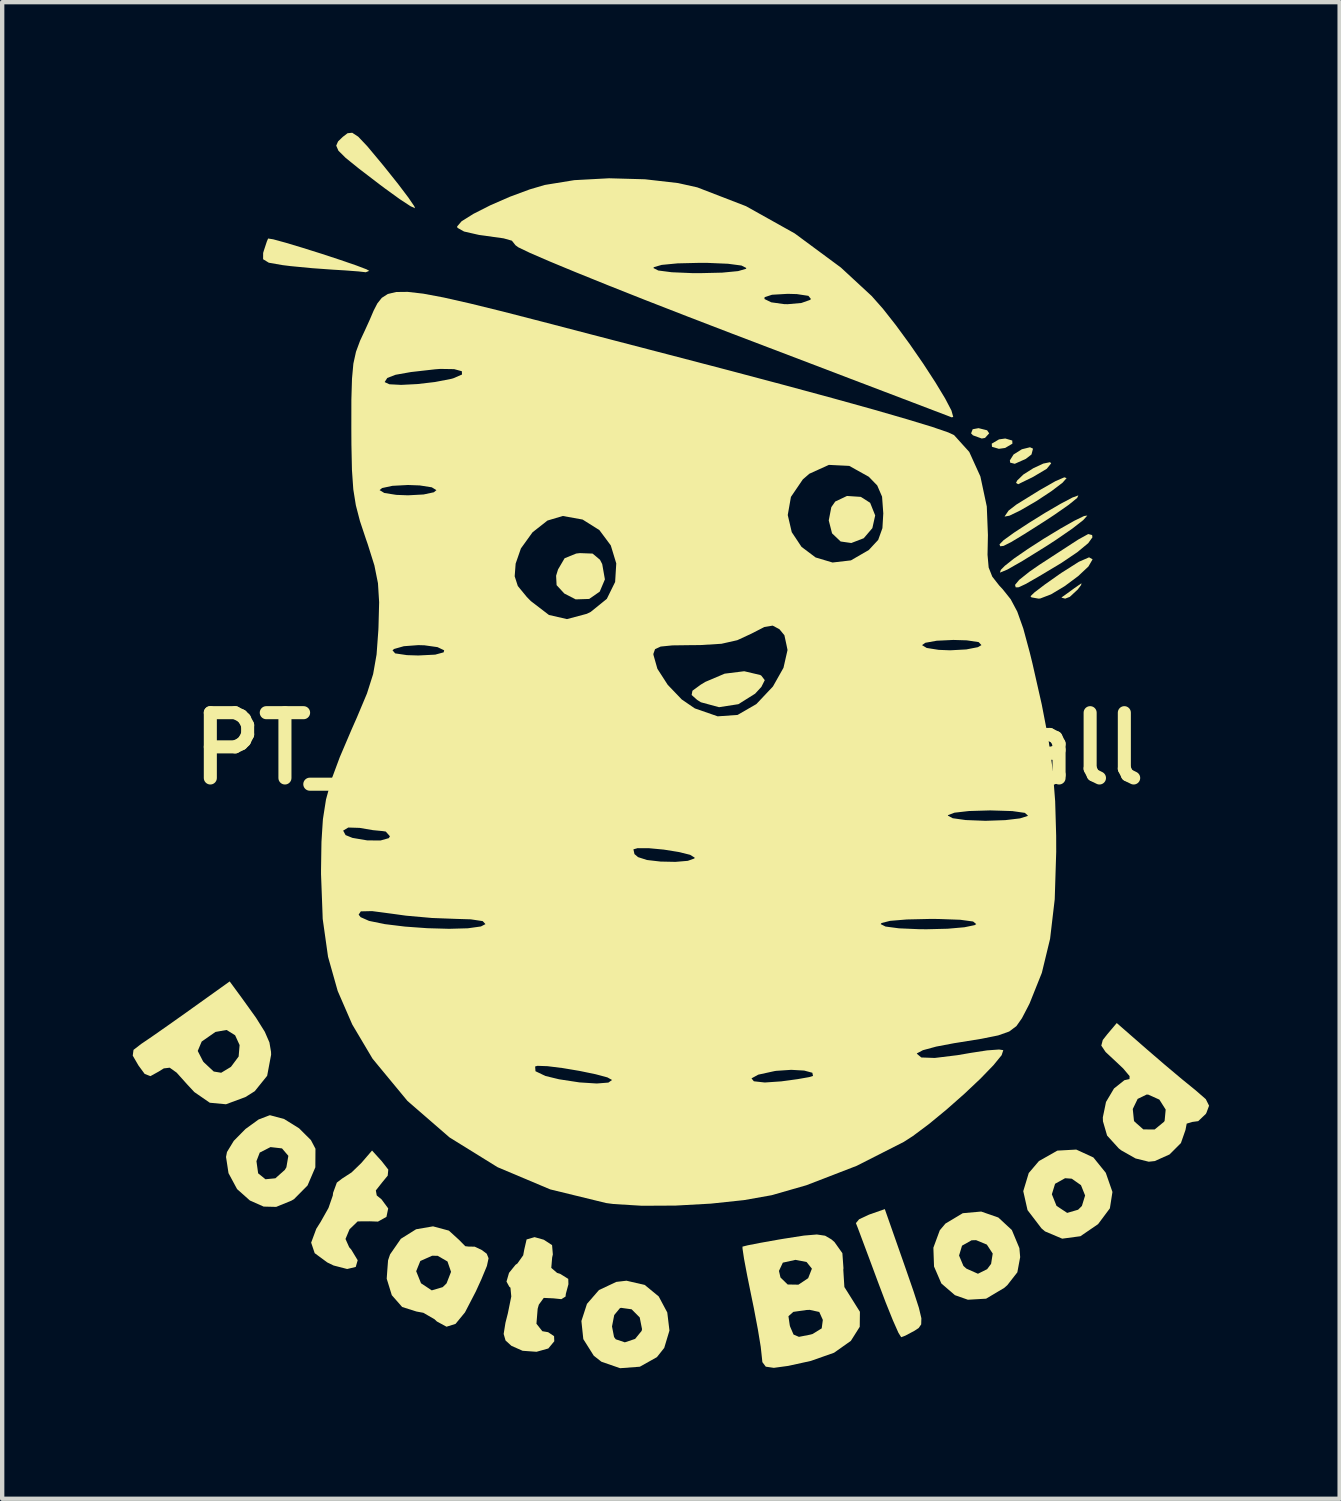
<source format=kicad_pcb>
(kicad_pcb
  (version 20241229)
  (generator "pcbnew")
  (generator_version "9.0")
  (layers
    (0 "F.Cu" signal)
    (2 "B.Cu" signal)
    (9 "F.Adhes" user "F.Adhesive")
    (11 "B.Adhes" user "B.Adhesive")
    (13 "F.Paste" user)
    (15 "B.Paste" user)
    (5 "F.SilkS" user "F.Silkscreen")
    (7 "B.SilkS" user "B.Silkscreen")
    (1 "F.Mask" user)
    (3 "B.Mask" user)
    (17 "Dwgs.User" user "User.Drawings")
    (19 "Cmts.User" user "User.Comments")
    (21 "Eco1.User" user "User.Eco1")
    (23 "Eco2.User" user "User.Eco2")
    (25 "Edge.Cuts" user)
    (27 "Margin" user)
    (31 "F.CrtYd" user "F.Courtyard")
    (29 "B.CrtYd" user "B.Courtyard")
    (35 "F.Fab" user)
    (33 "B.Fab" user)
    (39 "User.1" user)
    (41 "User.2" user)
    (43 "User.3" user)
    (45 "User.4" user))
  (footprint "PT_BloodLogoSmall"
    (layer "F.Cu")
    (at 12.318 14.146)
    (property "Reference" "PT_BloodLogoSmall" (at 0 0 0) (layer "F.SilkS") (effects (font (size 1.5 1.5) (thickness 0.3))))
    (attr board_only exclude_from_pos_files exclude_from_bom)
    (fp_poly (pts (xy 7.311 -7.31) (xy 7.359 -7.24) (xy 7.263 -7.134) (xy 7.188 -7.121) (xy 6.986 -7.194) (xy 6.943 -7.24) (xy 6.98 -7.334) (xy 7.114 -7.359)) (stroke (width 0) (type solid)) (fill yes) (layer "F.SilkS"))
    (fp_poly (pts (xy 7.889 -7.075) (xy 7.893 -7.003) (xy 7.726 -6.904) (xy 7.582 -6.884) (xy 7.423 -6.931) (xy 7.418 -7.003) (xy 7.585 -7.101) (xy 7.729 -7.121)) (stroke (width 0) (type solid)) (fill yes) (layer "F.SilkS"))
    (fp_poly (pts (xy 8.366 -6.888) (xy 8.331 -6.754) (xy 8.201 -6.653) (xy 7.947 -6.54) (xy 7.842 -6.566) (xy 7.834 -6.618) (xy 7.92 -6.755) (xy 8.11 -6.874) (xy 8.297 -6.92)) (stroke (width 0) (type solid)) (fill yes) (layer "F.SilkS"))
    (fp_poly (pts (xy 9.471 -3.754) (xy 9.392 -3.65) (xy 9.211 -3.483) (xy 9.105 -3.442) (xy 9.021 -3.465) (xy 9.03 -3.476) (xy 9.154 -3.564) (xy 9.317 -3.683) (xy 9.479 -3.795)) (stroke (width 0) (type solid)) (fill yes) (layer "F.SilkS"))
    (fp_poly (pts (xy 8.783 -6.55) (xy 8.681 -6.425) (xy 8.367 -6.238) (xy 8.025 -6.071) (xy 7.976 -6.101) (xy 8.003 -6.157) (xy 8.146 -6.295) (xy 8.372 -6.438) (xy 8.602 -6.545) (xy 8.758 -6.577)) (stroke (width 0) (type solid)) (fill yes) (layer "F.SilkS"))
    (fp_poly (pts (xy 4.41 -5.78) (xy 4.624 -5.644) (xy 4.74 -5.354) (xy 4.675 -5.062) (xy 4.477 -4.83) (xy 4.191 -4.72) (xy 3.946 -4.755) (xy 3.749 -4.942) (xy 3.673 -5.239) (xy 3.732 -5.544) (xy 3.822 -5.673) (xy 4.092 -5.801)) (stroke (width 0) (type solid)) (fill yes) (layer "F.SilkS"))
    (fp_poly (pts (xy -1.752 -4.477) (xy -1.583 -4.335) (xy -1.532 -4.236) (xy -1.47 -3.884) (xy -1.589 -3.603) (xy -1.831 -3.435) (xy -2.141 -3.425) (xy -2.402 -3.559) (xy -2.58 -3.752) (xy -2.591 -3.969) (xy -2.547 -4.112) (xy -2.396 -4.37) (xy -2.13 -4.478) (xy -2.046 -4.488)) (stroke (width 0) (type solid)) (fill yes) (layer "F.SilkS"))
    (fp_poly (pts (xy 9.138 -6.211) (xy 9.044 -6.105) (xy 8.797 -5.917) (xy 8.45 -5.687) (xy 8.426 -5.673) (xy 8.079 -5.471) (xy 7.825 -5.348) (xy 7.716 -5.328) (xy 7.715 -5.333) (xy 7.804 -5.464) (xy 7.982 -5.602) (xy 8.523 -5.937) (xy 8.885 -6.143) (xy 9.085 -6.229)) (stroke (width 0) (type solid)) (fill yes) (layer "F.SilkS"))
    (fp_poly (pts (xy 2.097 -1.688) (xy 2.124 -1.672) (xy 2.203 -1.569) (xy 2.125 -1.414) (xy 1.981 -1.258) (xy 1.597 -1.017) (xy 1.152 -0.948) (xy 0.735 -1.061) (xy 0.651 -1.114) (xy 0.523 -1.228) (xy 0.541 -1.326) (xy 0.731 -1.465) (xy 0.836 -1.529) (xy 1.281 -1.718) (xy 1.731 -1.774)) (stroke (width 0) (type solid)) (fill yes) (layer "F.SilkS"))
    (fp_poly (pts (xy 9.38 -5.755) (xy 9.187 -5.598) (xy 8.863 -5.372) (xy 8.632 -5.22) (xy 8.166 -4.924) (xy 7.863 -4.741) (xy 7.69 -4.654) (xy 7.613 -4.645) (xy 7.596 -4.689) (xy 7.69 -4.785) (xy 7.934 -4.961) (xy 8.272 -5.182) (xy 8.645 -5.414) (xy 8.998 -5.62) (xy 9.272 -5.765) (xy 9.408 -5.814)) (stroke (width 0) (type solid)) (fill yes) (layer "F.SilkS"))
    (fp_poly (pts (xy 9.52 -5.246) (xy 9.268 -5.05) (xy 8.901 -4.797) (xy 8.661 -4.641) (xy 8.127 -4.31) (xy 7.775 -4.109) (xy 7.606 -4.04) (xy 7.627 -4.104) (xy 7.719 -4.197) (xy 7.93 -4.364) (xy 8.246 -4.582) (xy 8.615 -4.82) (xy 8.988 -5.046) (xy 9.312 -5.23) (xy 9.538 -5.34) (xy 9.614 -5.351)) (stroke (width 0) (type solid)) (fill yes) (layer "F.SilkS"))
    (fp_poly (pts (xy 9.733 -4.347) (xy 9.733 -4.342) (xy 9.639 -4.18) (xy 9.403 -3.959) (xy 9.094 -3.729) (xy 8.781 -3.541) (xy 8.534 -3.446) (xy 8.495 -3.442) (xy 8.331 -3.471) (xy 8.308 -3.497) (xy 8.399 -3.585) (xy 8.638 -3.767) (xy 8.977 -4.006) (xy 9.021 -4.036) (xy 9.42 -4.289) (xy 9.654 -4.391)) (stroke (width 0) (type solid)) (fill yes) (layer "F.SilkS"))
    (fp_poly (pts (xy 9.724 -4.903) (xy 9.731 -4.85) (xy 9.634 -4.716) (xy 9.381 -4.507) (xy 9.021 -4.264) (xy 8.939 -4.214) (xy 8.485 -3.943) (xy 8.197 -3.778) (xy 8.037 -3.703) (xy 7.969 -3.701) (xy 7.954 -3.753) (xy 7.954 -3.759) (xy 8.047 -3.872) (xy 8.285 -4.062) (xy 8.518 -4.223) (xy 8.901 -4.472) (xy 9.256 -4.703) (xy 9.406 -4.8) (xy 9.634 -4.926)) (stroke (width 0) (type solid)) (fill yes) (layer "F.SilkS"))
    (fp_poly (pts (xy -7.138 -14.056) (xy -6.932 -13.839) (xy -6.623 -13.469) (xy -6.528 -13.353) (xy -6.22 -12.967) (xy -5.984 -12.655) (xy -5.85 -12.458) (xy -5.832 -12.411) (xy -5.939 -12.46) (xy -6.187 -12.623) (xy -6.527 -12.869) (xy -6.647 -12.959) (xy -7.119 -13.32) (xy -7.426 -13.568) (xy -7.593 -13.734) (xy -7.643 -13.85) (xy -7.601 -13.946) (xy -7.494 -14.05) (xy -7.383 -14.135) (xy -7.276 -14.146)) (stroke (width 0) (type solid)) (fill yes) (layer "F.SilkS"))
    (fp_poly (pts (xy 5.426 11.909) (xy 5.621 12.472) (xy 5.744 12.852) (xy 5.801 13.091) (xy 5.797 13.232) (xy 5.739 13.316) (xy 5.645 13.378) (xy 5.431 13.492) (xy 5.337 13.527) (xy 5.273 13.424) (xy 5.148 13.142) (xy 4.98 12.725) (xy 4.803 12.257) (xy 4.613 11.745) (xy 4.453 11.317) (xy 4.342 11.02) (xy 4.297 10.906) (xy 4.37 10.818) (xy 4.596 10.712) (xy 4.612 10.706) (xy 4.961 10.584)) (stroke (width 0) (type solid)) (fill yes) (layer "F.SilkS"))
    (fp_poly (pts (xy -9.092 -11.698) (xy -8.81 -11.621) (xy -8.42 -11.504) (xy -7.981 -11.366) (xy -7.55 -11.224) (xy -7.186 -11.099) (xy -6.947 -11.008) (xy -6.884 -10.973) (xy -6.967 -10.94) (xy -6.973 -10.942) (xy -7.133 -10.96) (xy -7.449 -10.984) (xy -7.715 -11) (xy -8.203 -11.035) (xy -8.691 -11.082) (xy -8.878 -11.105) (xy -9.192 -11.16) (xy -9.323 -11.24) (xy -9.322 -11.384) (xy -9.308 -11.432) (xy -9.238 -11.645) (xy -9.208 -11.716)) (stroke (width 0) (type solid)) (fill yes) (layer "F.SilkS"))
    (fp_poly (pts (xy 9.753 9.397) (xy 10.038 9.75) (xy 10.191 10.19) (xy 10.132 10.566) (xy 9.861 10.929) (xy 9.455 11.207) (xy 9.037 11.263) (xy 8.642 11.096) (xy 8.561 11.027) (xy 8.24 10.607) (xy 8.158 10.243) (xy 8.799 10.243) (xy 8.906 10.509) (xy 8.907 10.51) (xy 9.151 10.671) (xy 9.402 10.598) (xy 9.489 10.512) (xy 9.563 10.271) (xy 9.468 10.034) (xy 9.256 9.885) (xy 9.103 9.874) (xy 8.873 10.002) (xy 8.799 10.243) (xy 8.158 10.243) (xy 8.142 10.172) (xy 8.268 9.755) (xy 8.502 9.48) (xy 8.926 9.24) (xy 9.36 9.216)) (stroke (width 0) (type solid)) (fill yes) (layer "F.SilkS"))
    (fp_poly (pts (xy -0.554 12.327) (xy -0.234 12.59) (xy -0.037 12.959) (xy 0.013 13.374) (xy -0.107 13.773) (xy -0.275 13.985) (xy -0.667 14.205) (xy -1.121 14.239) (xy -1.551 14.09) (xy -1.726 13.952) (xy -1.966 13.571) (xy -1.997 13.28) (xy -1.307 13.28) (xy -1.26 13.522) (xy -1.221 13.575) (xy -1.012 13.645) (xy -0.776 13.566) (xy -0.626 13.382) (xy -0.617 13.342) (xy -0.67 13.073) (xy -0.856 12.886) (xy -1.1 12.852) (xy -1.126 12.861) (xy -1.256 13.018) (xy -1.307 13.28) (xy -1.997 13.28) (xy -2.01 13.155) (xy -1.882 12.761) (xy -1.606 12.443) (xy -1.207 12.256) (xy -0.974 12.229)) (stroke (width 0) (type solid)) (fill yes) (layer "F.SilkS"))
    (fp_poly (pts (xy 7.569 10.777) (xy 7.88 11.065) (xy 8.053 11.48) (xy 8.071 11.687) (xy 8.006 12.036) (xy 7.776 12.331) (xy 7.706 12.393) (xy 7.288 12.642) (xy 6.87 12.666) (xy 6.571 12.561) (xy 6.26 12.292) (xy 6.092 11.903) (xy 6.083 11.651) (xy 6.667 11.651) (xy 6.767 11.889) (xy 6.837 11.952) (xy 7.101 12.069) (xy 7.312 11.964) (xy 7.403 11.842) (xy 7.44 11.605) (xy 7.305 11.399) (xy 7.058 11.297) (xy 6.955 11.3) (xy 6.735 11.424) (xy 6.667 11.651) (xy 6.083 11.651) (xy 6.077 11.47) (xy 6.224 11.071) (xy 6.353 10.917) (xy 6.752 10.678) (xy 7.175 10.64)) (stroke (width 0) (type solid)) (fill yes) (layer "F.SilkS"))
    (fp_poly (pts (xy -8.84 8.514) (xy -8.497 8.727) (xy -8.224 8.999) (xy -8.12 9.197) (xy -8.123 9.624) (xy -8.302 10.041) (xy -8.613 10.355) (xy -8.675 10.391) (xy -9.023 10.533) (xy -9.311 10.526) (xy -9.627 10.386) (xy -9.921 10.124) (xy -10.118 9.758) (xy -10.16 9.482) (xy -9.476 9.482) (xy -9.437 9.762) (xy -9.269 9.898) (xy -9.041 9.876) (xy -8.824 9.683) (xy -8.788 9.623) (xy -8.743 9.36) (xy -8.889 9.189) (xy -9.153 9.159) (xy -9.4 9.285) (xy -9.476 9.482) (xy -10.16 9.482) (xy -10.175 9.386) (xy -10.153 9.272) (xy -9.997 9.016) (xy -9.729 8.744) (xy -9.427 8.525) (xy -9.174 8.428) (xy -9.16 8.428)) (stroke (width 0) (type solid)) (fill yes) (layer "F.SilkS"))
    (fp_poly (pts (xy -6.596 9.485) (xy -6.447 9.676) (xy -6.46 9.815) (xy -6.589 9.972) (xy -6.733 10.155) (xy -6.712 10.27) (xy -6.601 10.361) (xy -6.449 10.568) (xy -6.489 10.762) (xy -6.684 10.871) (xy -6.869 10.864) (xy -7.15 10.866) (xy -7.337 11.047) (xy -7.43 11.27) (xy -7.346 11.459) (xy -7.296 11.517) (xy -7.15 11.759) (xy -7.195 11.913) (xy -7.392 11.96) (xy -7.705 11.879) (xy -7.849 11.809) (xy -8.138 11.596) (xy -8.219 11.354) (xy -8.101 11.036) (xy -8.003 10.881) (xy -7.821 10.558) (xy -7.722 10.272) (xy -7.715 10.21) (xy -7.629 9.975) (xy -7.512 9.885) (xy -7.29 9.741) (xy -7.065 9.523) (xy -6.82 9.238)) (stroke (width 0) (type solid)) (fill yes) (layer "F.SilkS"))
    (fp_poly (pts (xy -5.055 11.078) (xy -4.823 11.289) (xy -4.678 11.436) (xy -4.6 11.445) (xy -4.461 11.447) (xy -4.299 11.524) (xy -4.185 11.609) (xy -4.143 11.713) (xy -4.181 11.89) (xy -4.307 12.194) (xy -4.436 12.477) (xy -4.685 12.957) (xy -4.902 13.221) (xy -5.109 13.286) (xy -5.33 13.166) (xy -5.384 13.115) (xy -5.641 12.966) (xy -5.799 12.937) (xy -6.128 12.833) (xy -6.366 12.562) (xy -6.483 12.183) (xy -6.471 12.011) (xy -5.806 12.011) (xy -5.695 12.287) (xy -5.692 12.29) (xy -5.448 12.451) (xy -5.197 12.377) (xy -5.108 12.29) (xy -5.005 12.025) (xy -5.087 11.787) (xy -5.312 11.657) (xy -5.439 11.655) (xy -5.711 11.776) (xy -5.806 12.011) (xy -6.471 12.011) (xy -6.452 11.76) (xy -6.406 11.624) (xy -6.158 11.266) (xy -5.808 11.047) (xy -5.419 10.98)) (stroke (width 0) (type solid)) (fill yes) (layer "F.SilkS"))
    (fp_poly (pts (xy -2.875 11.287) (xy -2.684 11.411) (xy -2.666 11.625) (xy -2.682 11.696) (xy -2.702 11.935) (xy -2.568 12.05) (xy -2.501 12.07) (xy -2.312 12.187) (xy -2.308 12.31) (xy -2.368 12.533) (xy -2.374 12.593) (xy -2.47 12.653) (xy -2.655 12.634) (xy -2.875 12.624) (xy -2.988 12.779) (xy -3.015 12.874) (xy -3.043 13.218) (xy -2.908 13.389) (xy -2.774 13.412) (xy -2.638 13.503) (xy -2.633 13.62) (xy -2.77 13.786) (xy -3.041 13.862) (xy -3.361 13.839) (xy -3.618 13.725) (xy -3.753 13.602) (xy -3.796 13.452) (xy -3.755 13.196) (xy -3.7 12.98) (xy -3.621 12.591) (xy -3.64 12.389) (xy -3.666 12.368) (xy -3.731 12.249) (xy -3.673 12.049) (xy -3.524 11.864) (xy -3.481 11.834) (xy -3.347 11.645) (xy -3.323 11.514) (xy -3.269 11.281) (xy -3.086 11.228)) (stroke (width 0) (type solid)) (fill yes) (layer "F.SilkS"))
    (fp_poly (pts (xy -9.812 5.733) (xy -9.486 6.187) (xy -9.284 6.51) (xy -9.178 6.754) (xy -9.141 6.971) (xy -9.139 7.037) (xy -9.23 7.521) (xy -9.515 7.875) (xy -9.73 8.01) (xy -10.176 8.175) (xy -10.548 8.14) (xy -10.903 7.895) (xy -11.067 7.719) (xy -11.31 7.448) (xy -11.469 7.335) (xy -11.605 7.351) (xy -11.724 7.425) (xy -11.912 7.529) (xy -12.044 7.478) (xy -12.186 7.285) (xy -12.318 7.058) (xy -12.304 6.95) (xy -10.825 6.95) (xy -10.701 7.192) (xy -10.675 7.22) (xy -10.457 7.423) (xy -10.286 7.451) (xy -10.067 7.319) (xy -10.059 7.312) (xy -9.885 7.078) (xy -9.863 6.815) (xy -9.966 6.59) (xy -10.162 6.468) (xy -10.417 6.513) (xy -10.734 6.734) (xy -10.825 6.95) (xy -12.304 6.95) (xy -12.3 6.925) (xy -12.116 6.783) (xy -12.106 6.777) (xy -11.878 6.622) (xy -11.522 6.373) (xy -11.102 6.076) (xy -10.954 5.97) (xy -10.091 5.353)) (stroke (width 0) (type solid)) (fill yes) (layer "F.SilkS"))
    (fp_poly (pts (xy 10.998 6.927) (xy 11.398 7.271) (xy 11.786 7.597) (xy 12.081 7.837) (xy 12.096 7.849) (xy 12.336 8.058) (xy 12.411 8.208) (xy 12.35 8.372) (xy 12.335 8.398) (xy 12.162 8.563) (xy 12.026 8.581) (xy 11.897 8.62) (xy 11.869 8.766) (xy 11.764 9.067) (xy 11.503 9.328) (xy 11.163 9.48) (xy 11.025 9.495) (xy 10.722 9.42) (xy 10.392 9.233) (xy 10.335 9.188) (xy 10.068 8.894) (xy 9.973 8.567) (xy 9.97 8.476) (xy 10.01 8.284) (xy 10.658 8.284) (xy 10.685 8.549) (xy 10.696 8.572) (xy 10.901 8.753) (xy 11.161 8.754) (xy 11.377 8.577) (xy 11.39 8.554) (xy 11.414 8.297) (xy 11.269 8.068) (xy 11.015 7.954) (xy 10.976 7.952) (xy 10.77 8.052) (xy 10.658 8.284) (xy 10.01 8.284) (xy 10.043 8.122) (xy 10.227 7.812) (xy 10.466 7.622) (xy 10.583 7.596) (xy 10.585 7.528) (xy 10.438 7.353) (xy 10.288 7.211) (xy 10.034 6.975) (xy 9.935 6.827) (xy 9.969 6.698) (xy 10.072 6.567) (xy 10.29 6.309)) (stroke (width 0) (type solid)) (fill yes) (layer "F.SilkS"))
    (fp_poly (pts (xy 3.589 11.195) (xy 3.732 11.278) (xy 3.804 11.34) (xy 3.986 11.596) (xy 4.011 11.943) (xy 4.007 11.977) (xy 4.032 12.374) (xy 4.176 12.603) (xy 4.389 12.943) (xy 4.385 13.288) (xy 4.181 13.611) (xy 3.795 13.884) (xy 3.261 14.072) (xy 2.742 14.186) (xy 2.411 14.231) (xy 2.226 14.204) (xy 2.148 14.1) (xy 2.135 13.976) (xy 2.11 13.746) (xy 2.045 13.351) (xy 1.987 13.045) (xy 2.747 13.045) (xy 2.777 13.253) (xy 2.786 13.285) (xy 2.864 13.466) (xy 2.988 13.519) (xy 3.243 13.469) (xy 3.3 13.454) (xy 3.511 13.324) (xy 3.537 13.13) (xy 3.455 12.947) (xy 3.236 12.899) (xy 3.16 12.902) (xy 2.859 12.945) (xy 2.747 13.045) (xy 1.987 13.045) (xy 1.952 12.859) (xy 1.897 12.592) (xy 1.799 12.11) (xy 1.779 12.004) (xy 2.529 12.004) (xy 2.564 12.155) (xy 2.729 12.316) (xy 2.976 12.32) (xy 3.2 12.171) (xy 3.286 11.952) (xy 3.163 11.799) (xy 2.908 11.75) (xy 2.618 11.814) (xy 2.529 12.004) (xy 1.779 12.004) (xy 1.727 11.727) (xy 1.692 11.493) (xy 1.691 11.446) (xy 1.814 11.415) (xy 2.112 11.357) (xy 2.528 11.283) (xy 2.636 11.265) (xy 3.103 11.192) (xy 3.4 11.167)) (stroke (width 0) (type solid)) (fill yes) (layer "F.SilkS"))
    (fp_poly (pts (xy -0.549 -13.077) (xy 0.209 -12.99) (xy 0.653 -12.891) (xy 1.772 -12.459) (xy 2.891 -11.833) (xy 3.952 -11.049) (xy 4.659 -10.395) (xy 4.916 -10.105) (xy 5.215 -9.725) (xy 5.532 -9.292) (xy 5.843 -8.842) (xy 6.122 -8.413) (xy 6.347 -8.041) (xy 6.492 -7.764) (xy 6.533 -7.617) (xy 6.498 -7.607) (xy 6.385 -7.651) (xy 6.072 -7.77) (xy 5.582 -7.957) (xy 4.936 -8.203) (xy 4.158 -8.499) (xy 3.27 -8.838) (xy 2.293 -9.21) (xy 1.461 -9.527) (xy 0.431 -9.923) (xy -0.527 -10.296) (xy -0.603 -10.326) (xy 2.196 -10.326) (xy 2.352 -10.25) (xy 2.646 -10.209) (xy 2.73 -10.207) (xy 3.044 -10.235) (xy 3.243 -10.305) (xy 3.264 -10.326) (xy 3.205 -10.399) (xy 2.94 -10.439) (xy 2.73 -10.445) (xy 2.369 -10.424) (xy 2.199 -10.368) (xy 2.196 -10.326) (xy -0.603 -10.326) (xy -1.39 -10.638) (xy -2.137 -10.94) (xy -2.374 -11.038) (xy -0.356 -11.038) (xy -0.244 -10.981) (xy 0.066 -10.941) (xy 0.535 -10.921) (xy 0.712 -10.92) (xy 1.224 -10.932) (xy 1.589 -10.967) (xy 1.769 -11.019) (xy 1.78 -11.038) (xy 1.668 -11.095) (xy 1.358 -11.136) (xy 0.889 -11.156) (xy 0.712 -11.157) (xy 0.2 -11.145) (xy -0.165 -11.11) (xy -0.344 -11.058) (xy -0.356 -11.038) (xy -2.374 -11.038) (xy -2.745 -11.192) (xy -3.193 -11.386) (xy -3.458 -11.513) (xy -3.524 -11.561) (xy -3.607 -11.666) (xy -3.798 -11.72) (xy -4.361 -11.798) (xy -4.707 -11.877) (xy -4.857 -11.961) (xy -4.866 -11.992) (xy -4.763 -12.112) (xy -4.49 -12.283) (xy -4.101 -12.48) (xy -3.652 -12.676) (xy -3.196 -12.845) (xy -2.849 -12.947) (xy -2.173 -13.057) (xy -1.375 -13.1)) (stroke (width 0) (type solid)) (fill yes) (layer "F.SilkS"))
    (fp_poly (pts (xy -5.643 -10.449) (xy -5.174 -10.361) (xy -4.574 -10.225) (xy -3.825 -10.041) (xy -2.909 -9.805) (xy -1.805 -9.517) (xy -0.495 -9.176) (xy -0.045 -9.059) (xy 1.375 -8.688) (xy 2.651 -8.349) (xy 3.769 -8.046) (xy 4.718 -7.782) (xy 5.484 -7.56) (xy 6.055 -7.386) (xy 6.419 -7.261) (xy 6.551 -7.2) (xy 6.901 -6.813) (xy 7.157 -6.249) (xy 7.304 -5.559) (xy 7.33 -4.903) (xy 7.321 -4.45) (xy 7.347 -4.157) (xy 7.43 -3.947) (xy 7.59 -3.743) (xy 7.67 -3.657) (xy 7.853 -3.428) (xy 8.004 -3.145) (xy 8.143 -2.754) (xy 8.292 -2.202) (xy 8.352 -1.958) (xy 8.566 -1.014) (xy 8.719 -0.222) (xy 8.819 0.496) (xy 8.875 1.212) (xy 8.898 2.004) (xy 8.899 2.374) (xy 8.865 3.464) (xy 8.758 4.375) (xy 8.569 5.155) (xy 8.289 5.855) (xy 8.249 5.935) (xy 8.111 6.199) (xy 7.984 6.38) (xy 7.818 6.504) (xy 7.566 6.593) (xy 7.18 6.671) (xy 6.611 6.763) (xy 6.558 6.771) (xy 6.142 6.85) (xy 5.836 6.933) (xy 5.7 7.005) (xy 5.697 7.014) (xy 5.799 7.1) (xy 6.108 7.111) (xy 6.632 7.047) (xy 6.933 6.995) (xy 7.311 6.937) (xy 7.586 6.917) (xy 7.683 6.932) (xy 7.645 7.048) (xy 7.458 7.277) (xy 7.16 7.585) (xy 6.788 7.936) (xy 6.38 8.296) (xy 5.973 8.631) (xy 5.605 8.906) (xy 5.395 9.041) (xy 4.316 9.589) (xy 3.158 10.036) (xy 2.359 10.265) (xy 1.727 10.377) (xy 0.964 10.458) (xy 0.154 10.503) (xy -0.62 10.507) (xy -1.273 10.467) (xy -1.44 10.445) (xy -2.726 10.131) (xy -3.936 9.621) (xy -5.04 8.937) (xy -6.007 8.098) (xy -6.661 7.307) (xy -3.073 7.307) (xy -3.065 7.416) (xy -2.837 7.525) (xy -2.524 7.601) (xy -2.053 7.673) (xy -1.657 7.698) (xy -1.39 7.677) (xy -1.306 7.617) (xy -1.373 7.58) (xy 1.898 7.58) (xy 1.952 7.647) (xy 2.203 7.675) (xy 2.582 7.649) (xy 2.957 7.598) (xy 3.224 7.551) (xy 3.311 7.525) (xy 3.296 7.451) (xy 3.109 7.401) (xy 2.811 7.384) (xy 2.467 7.407) (xy 2.432 7.412) (xy 2.053 7.495) (xy 1.898 7.58) (xy -1.373 7.58) (xy -1.412 7.558) (xy -1.684 7.485) (xy -2.051 7.409) (xy -2.443 7.343) (xy -2.79 7.3) (xy -3.021 7.292) (xy -3.073 7.307) (xy -6.661 7.307) (xy -6.809 7.127) (xy -7.275 6.342) (xy -7.609 5.573) (xy -7.831 4.787) (xy -7.954 3.915) (xy -7.957 3.818) (xy -7.128 3.818) (xy -7.083 3.876) (xy -6.889 3.962) (xy -6.529 4.036) (xy -6.063 4.093) (xy -5.55 4.13) (xy -5.049 4.144) (xy -4.619 4.132) (xy -4.319 4.09) (xy -4.214 4.036) (xy 4.866 4.036) (xy 4.978 4.092) (xy 5.288 4.133) (xy 5.756 4.153) (xy 5.928 4.154) (xy 6.407 4.142) (xy 6.792 4.108) (xy 7.023 4.06) (xy 7.062 4.036) (xy 6.989 3.976) (xy 6.693 3.936) (xy 6.189 3.918) (xy 6.001 3.917) (xy 5.467 3.929) (xy 5.083 3.961) (xy 4.885 4.011) (xy 4.866 4.036) (xy -4.214 4.036) (xy -4.278 3.967) (xy -4.554 3.926) (xy -4.889 3.916) (xy -5.444 3.895) (xy -6.04 3.842) (xy -6.343 3.8) (xy -6.82 3.737) (xy -7.078 3.743) (xy -7.128 3.818) (xy -7.957 3.818) (xy -7.992 2.889) (xy -7.992 2.789) (xy -7.985 2.318) (xy -0.815 2.318) (xy -0.791 2.427) (xy -0.709 2.497) (xy -0.503 2.563) (xy -0.19 2.599) (xy 0.15 2.606) (xy 0.435 2.582) (xy 0.586 2.528) (xy 0.593 2.509) (xy 0.488 2.444) (xy 0.225 2.379) (xy -0.117 2.324) (xy -0.458 2.292) (xy -0.719 2.291) (xy -0.815 2.318) (xy -7.985 2.318) (xy -7.982 2.144) (xy -7.966 1.888) (xy -7.484 1.888) (xy -7.428 1.991) (xy -7.27 2.055) (xy -6.927 2.113) (xy -6.623 2.114) (xy -6.435 2.061) (xy -6.409 2.018) (xy -6.504 1.91) (xy -6.573 1.899) (xy -6.801 1.877) (xy -7.107 1.825) (xy -7.366 1.817) (xy -7.484 1.888) (xy -7.966 1.888) (xy -7.949 1.627) (xy -7.936 1.543) (xy 6.409 1.543) (xy 6.52 1.603) (xy 6.818 1.645) (xy 7.256 1.662) (xy 7.293 1.662) (xy 7.729 1.647) (xy 8.067 1.607) (xy 8.241 1.552) (xy 8.249 1.543) (xy 8.179 1.48) (xy 7.891 1.439) (xy 7.401 1.424) (xy 7.366 1.424) (xy 6.893 1.438) (xy 6.561 1.476) (xy 6.413 1.532) (xy 6.409 1.543) (xy -7.936 1.543) (xy -7.878 1.173) (xy -7.754 0.719) (xy -7.562 0.202) (xy -7.287 -0.443) (xy -7.168 -0.712) (xy -6.937 -1.262) (xy -6.795 -1.709) (xy -6.716 -2.159) (xy -6.709 -2.255) (xy -6.35 -2.255) (xy -6.289 -2.184) (xy -6.018 -2.144) (xy -5.757 -2.136) (xy -5.394 -2.154) (xy -0.356 -2.154) (xy -0.264 -1.83) (xy -0.027 -1.462) (xy 0.296 -1.125) (xy 0.596 -0.92) (xy 1.121 -0.738) (xy 1.578 -0.77) (xy 2.007 -1.018) (xy 2.013 -1.023) (xy 2.391 -1.424) (xy 2.633 -1.853) (xy 2.726 -2.262) (xy 2.703 -2.374) (xy 5.816 -2.374) (xy 5.923 -2.309) (xy 6.2 -2.265) (xy 6.462 -2.255) (xy 6.833 -2.275) (xy 7.1 -2.327) (xy 7.181 -2.374) (xy 7.118 -2.443) (xy 6.843 -2.484) (xy 6.535 -2.493) (xy 6.153 -2.475) (xy 5.893 -2.428) (xy 5.816 -2.374) (xy 2.703 -2.374) (xy 2.654 -2.601) (xy 2.539 -2.74) (xy 2.385 -2.822) (xy 2.195 -2.791) (xy 1.893 -2.636) (xy 1.571 -2.487) (xy 1.208 -2.405) (xy 0.717 -2.375) (xy 0.54 -2.374) (xy 0.081 -2.368) (xy -0.189 -2.341) (xy -0.318 -2.281) (xy -0.355 -2.178) (xy -0.356 -2.154) (xy -5.394 -2.154) (xy -5.37 -2.155) (xy -5.175 -2.208) (xy -5.163 -2.255) (xy -5.317 -2.328) (xy -5.617 -2.37) (xy -5.757 -2.374) (xy -6.09 -2.349) (xy -6.312 -2.286) (xy -6.35 -2.255) (xy -6.709 -2.255) (xy -6.675 -2.72) (xy -6.672 -2.789) (xy -6.657 -3.359) (xy -6.684 -3.796) (xy -6.716 -3.955) (xy -3.543 -3.955) (xy -3.471 -3.732) (xy -3.265 -3.481) (xy -3.172 -3.386) (xy -2.756 -3.067) (xy -2.342 -2.972) (xy -1.887 -3.093) (xy -1.798 -3.136) (xy -1.426 -3.437) (xy -1.235 -3.825) (xy -1.209 -4.251) (xy -1.335 -4.665) (xy -1.597 -5.017) (xy -1.982 -5.259) (xy -2.437 -5.341) (xy -2.79 -5.236) (xy -3.133 -4.966) (xy -3.4 -4.595) (xy -3.521 -4.246) (xy -3.543 -3.955) (xy -6.716 -3.955) (xy -6.766 -4.205) (xy -6.918 -4.689) (xy -6.959 -4.807) (xy -7.098 -5.224) (xy -7.134 -5.363) (xy 2.731 -5.363) (xy 2.823 -4.969) (xy 3.047 -4.632) (xy 3.371 -4.388) (xy 3.76 -4.272) (xy 4.182 -4.321) (xy 4.593 -4.559) (xy 4.809 -4.792) (xy 4.906 -5.061) (xy 4.926 -5.4) (xy 4.898 -5.785) (xy 4.787 -6.042) (xy 4.593 -6.242) (xy 4.144 -6.492) (xy 3.676 -6.515) (xy 3.228 -6.312) (xy 3.077 -6.181) (xy 2.804 -5.779) (xy 2.731 -5.363) (xy -7.134 -5.363) (xy -7.192 -5.586) (xy -7.248 -5.935) (xy -6.647 -5.935) (xy -6.539 -5.87) (xy -6.263 -5.826) (xy -5.994 -5.816) (xy -5.636 -5.835) (xy -5.399 -5.886) (xy -5.341 -5.935) (xy -5.448 -6) (xy -5.725 -6.043) (xy -5.994 -6.053) (xy -6.351 -6.034) (xy -6.589 -5.983) (xy -6.647 -5.935) (xy -7.248 -5.935) (xy -7.251 -5.956) (xy -7.282 -6.4) (xy -7.294 -6.983) (xy -7.296 -7.359) (xy -7.295 -8.018) (xy -7.283 -8.416) (xy -6.528 -8.416) (xy -6.422 -8.367) (xy -6.15 -8.353) (xy -5.778 -8.372) (xy -5.375 -8.419) (xy -5.007 -8.49) (xy -4.955 -8.504) (xy -4.753 -8.591) (xy -4.757 -8.667) (xy -4.934 -8.715) (xy -5.252 -8.72) (xy -5.371 -8.711) (xy -5.927 -8.648) (xy -6.281 -8.585) (xy -6.47 -8.512) (xy -6.528 -8.422) (xy -6.528 -8.416) (xy -7.283 -8.416) (xy -7.281 -8.493) (xy -7.249 -8.841) (xy -7.189 -9.114) (xy -7.095 -9.368) (xy -6.98 -9.614) (xy -6.871 -9.854) (xy -6.784 -10.058) (xy -6.698 -10.225) (xy -6.596 -10.353) (xy -6.459 -10.441) (xy -6.267 -10.487) (xy -6.001 -10.49)) (stroke (width 0) (type solid)) (fill yes) (layer "F.SilkS")))
  (gr_rect
    (start -3 -3)
    (end 27.729 31.385)
    (stroke (width 0.1) (type default))
    (fill no)
    (layer "Edge.Cuts")))
</source>
